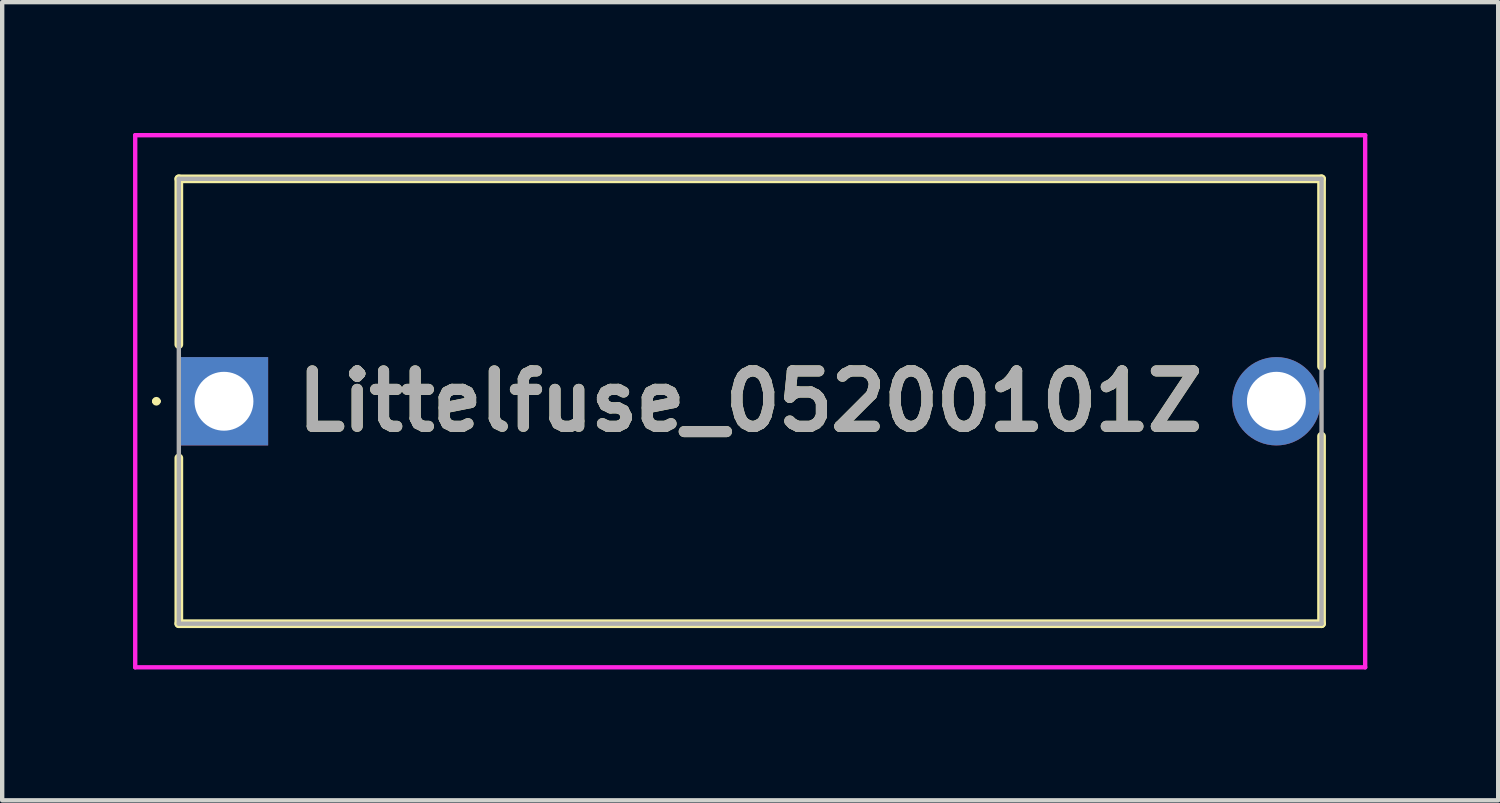
<source format=kicad_pcb>
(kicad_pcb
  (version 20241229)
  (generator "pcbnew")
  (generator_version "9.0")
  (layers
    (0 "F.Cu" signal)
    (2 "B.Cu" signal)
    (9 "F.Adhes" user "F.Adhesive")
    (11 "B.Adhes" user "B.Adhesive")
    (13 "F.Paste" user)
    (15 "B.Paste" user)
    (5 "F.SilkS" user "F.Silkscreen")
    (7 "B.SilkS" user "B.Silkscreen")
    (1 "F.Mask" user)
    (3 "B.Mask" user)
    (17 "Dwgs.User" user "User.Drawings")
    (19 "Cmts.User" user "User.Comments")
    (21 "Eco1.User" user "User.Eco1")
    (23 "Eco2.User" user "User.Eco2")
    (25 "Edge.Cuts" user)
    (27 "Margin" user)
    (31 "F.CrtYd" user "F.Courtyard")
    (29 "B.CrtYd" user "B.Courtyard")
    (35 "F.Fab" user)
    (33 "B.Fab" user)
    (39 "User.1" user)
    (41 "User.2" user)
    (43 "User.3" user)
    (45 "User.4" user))
  (footprint "Littelfuse_05200101Z"
    (layer "F.Cu")
    (at 2.085 6.15)
    (property "Reference" "Littelfuse_05200101Z" (at 12.065 0 0) (layer "F.SilkS") (effects (font (size 1.27 1.27) (thickness 0.254))))
    (attr through_hole)
    (fp_line (start -1.6 0) (end -1.6 0) (stroke (width 0.1) (type solid)) (layer "F.SilkS"))
    (fp_line (start -1.5 0) (end -1.5 0) (stroke (width 0.1) (type solid)) (layer "F.SilkS"))
    (fp_line (start -1.035 -5.1) (end 25.165 -5.1) (stroke (width 0.2) (type solid)) (layer "F.SilkS"))
    (fp_line (start -1.035 -1.3) (end -1.035 -5.1) (stroke (width 0.2) (type solid)) (layer "F.SilkS"))
    (fp_line (start -1.035 5.1) (end -1.035 1.3) (stroke (width 0.2) (type solid)) (layer "F.SilkS"))
    (fp_line (start 25.165 -5.1) (end 25.165 -0.8) (stroke (width 0.2) (type solid)) (layer "F.SilkS"))
    (fp_line (start 25.165 0.8) (end 25.165 5.1) (stroke (width 0.2) (type solid)) (layer "F.SilkS"))
    (fp_line (start 25.165 5.1) (end -1.035 5.1) (stroke (width 0.2) (type solid)) (layer "F.SilkS"))
    (fp_arc (start -1.6 0) (mid -1.55 -0.05) (end -1.5 0) (stroke (width 0.1) (type solid)) (layer "F.SilkS"))
    (fp_arc (start -1.5 0) (mid -1.55 0.05) (end -1.6 0) (stroke (width 0.1) (type solid)) (layer "F.SilkS"))
    (fp_line (start -2.035 -6.1) (end 26.165 -6.1) (stroke (width 0.1) (type solid)) (layer "F.CrtYd"))
    (fp_line (start -2.035 6.1) (end -2.035 -6.1) (stroke (width 0.1) (type solid)) (layer "F.CrtYd"))
    (fp_line (start 26.165 -6.1) (end 26.165 6.1) (stroke (width 0.1) (type solid)) (layer "F.CrtYd"))
    (fp_line (start 26.165 6.1) (end -2.035 6.1) (stroke (width 0.1) (type solid)) (layer "F.CrtYd"))
    (fp_line (start -1.035 -5.1) (end 25.165 -5.1) (stroke (width 0.1) (type solid)) (layer "F.Fab"))
    (fp_line (start -1.035 5.1) (end -1.035 -5.1) (stroke (width 0.1) (type solid)) (layer "F.Fab"))
    (fp_line (start 25.165 -5.1) (end 25.165 5.1) (stroke (width 0.1) (type solid)) (layer "F.Fab"))
    (fp_line (start 25.165 5.1) (end -1.035 5.1) (stroke (width 0.1) (type solid)) (layer "F.Fab"))
    (fp_text user "${REFERENCE}" (at 12.065 0 0) (layer "F.Fab") (effects (font (size 1.27 1.27) (thickness 0.254))))
    (pad "1" thru_hole rect (at 0 0) (size 2.025 2.025) (drill 1.35) (layers "*.Cu" "*.Mask"))
    (pad "2" thru_hole circle (at 24.13 0) (size 2.025 2.025) (drill 1.35) (layers "*.Cu" "*.Mask")))
  (gr_rect
    (start -3 -3)
    (end 31.3 15.3)
    (stroke (width 0.1) (type default))
    (fill no)
    (layer "Edge.Cuts")))
</source>
